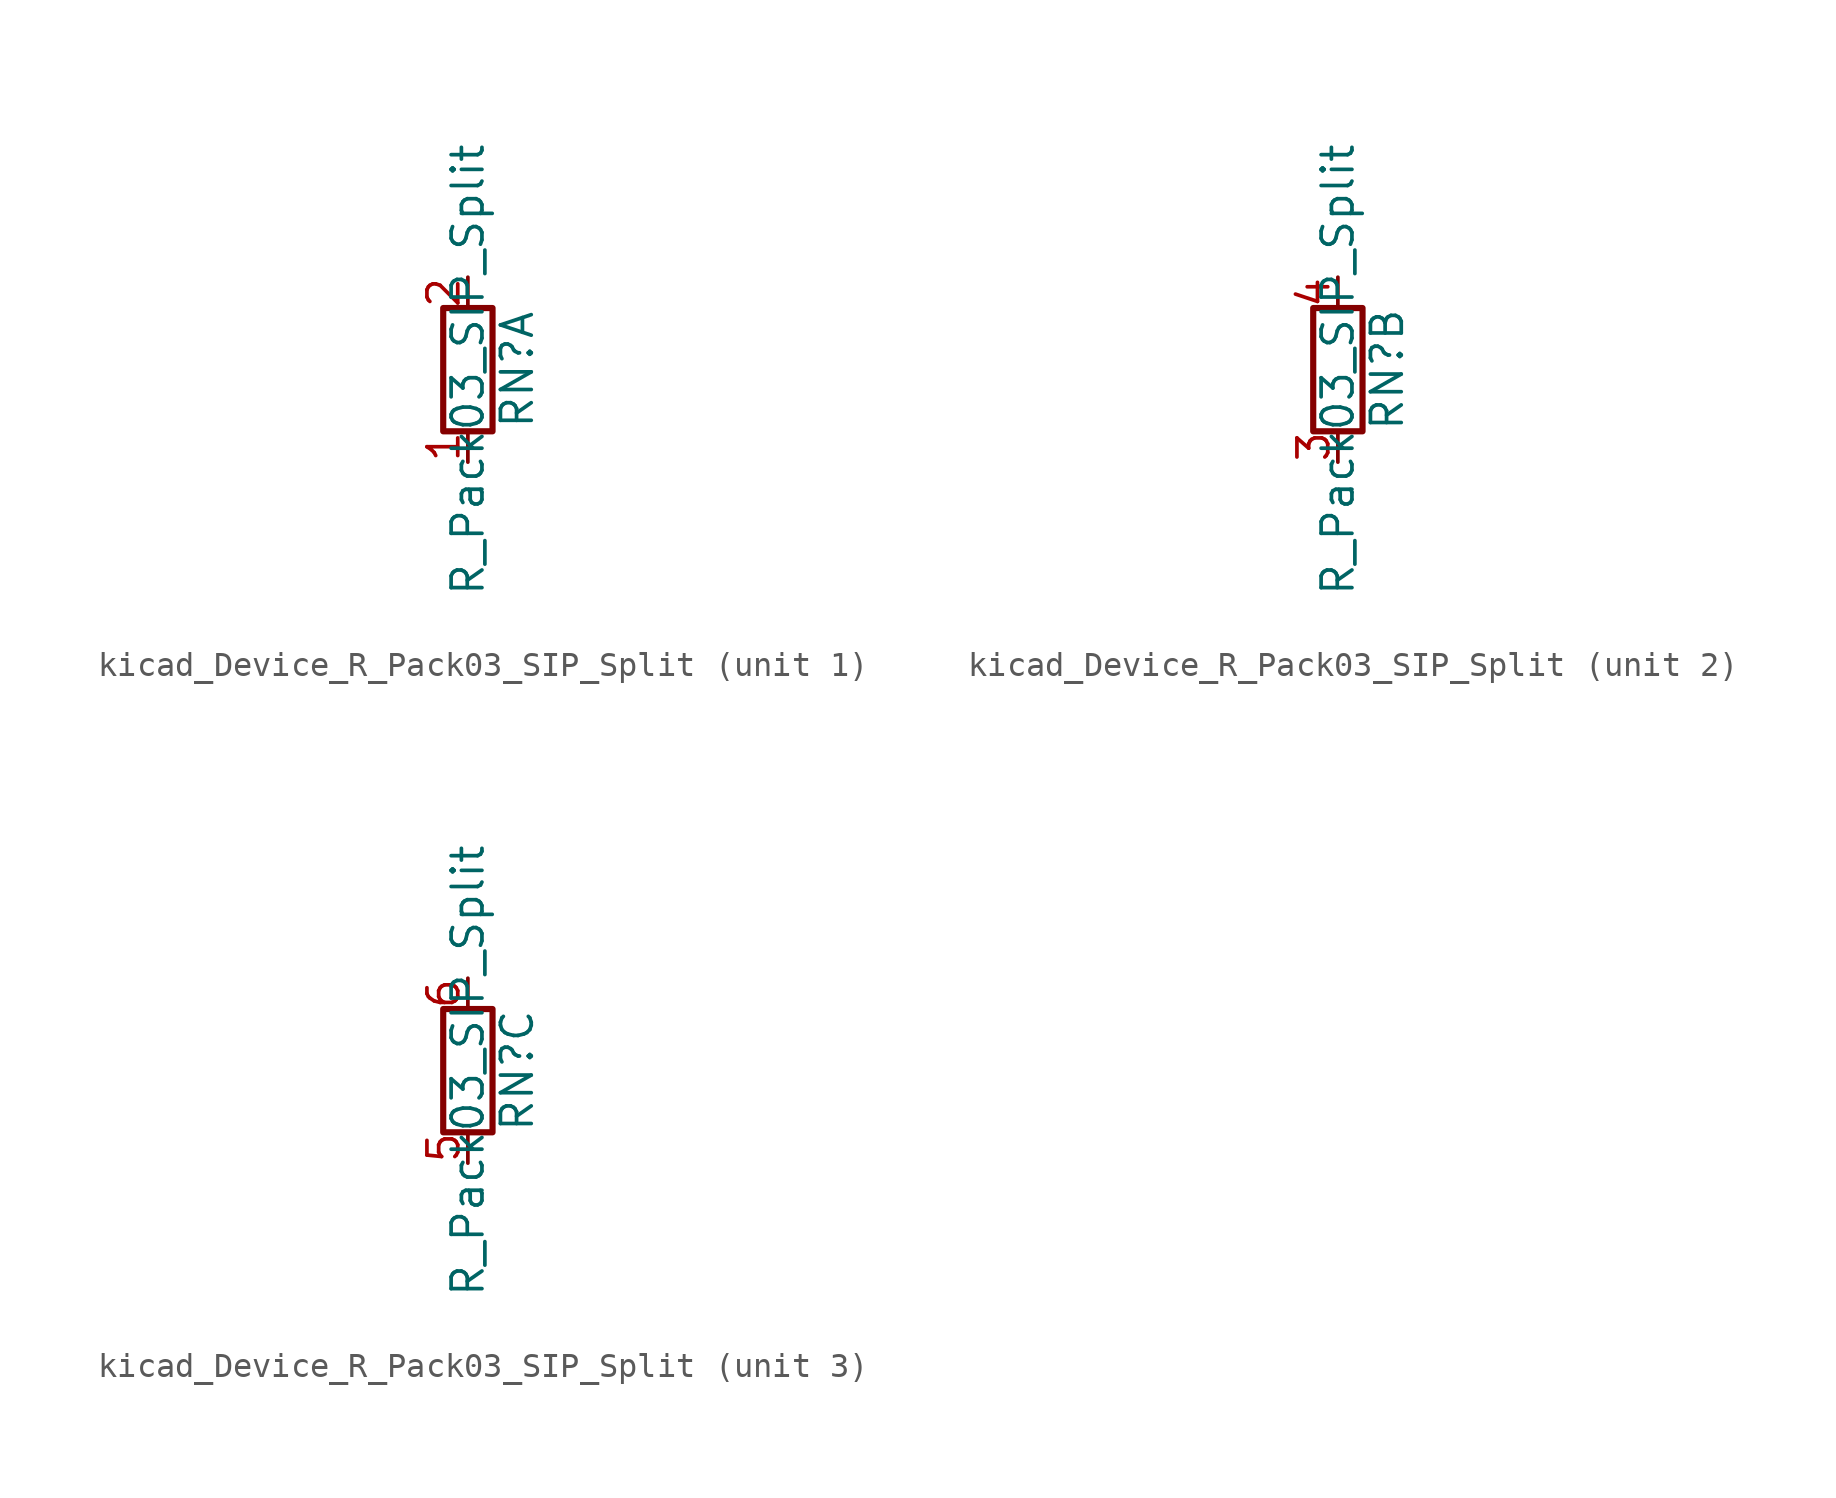
<source format=kicad_sym>
(kicad_symbol_lib
  (version 20220914)
  (generator kicad_symbol_editor)
  (symbol "kicad_Device_R_Pack03_SIP_Split"
    (pin_names
      (offset 0) hide)
    (property "Reference" "RN"
      (at 2.032 0 90)
      (effects (font (size 1.27 1.27))))
    (property "Value" "R_Pack03_SIP_Split"
      (at 0 0 90)
      (effects (font (size 1.27 1.27))))
    (symbol "kicad_Device_R_Pack03_SIP_Split_0_1"
      (rectangle (start 1.016 2.54) (end -1.016 -2.54) (stroke (width 0.254) (type default)) (fill (type none))))
    (symbol "kicad_Device_R_Pack03_SIP_Split_1_1"
      (pin passive line (at 0 -3.81 90) (length 1.27) (name "R1.1" (effects (font (size 1.27 1.27)))) (number "1" (effects (font (size 1.27 1.27)))))
      (pin passive line (at 0 3.81 270) (length 1.27) (name "R1.2" (effects (font (size 1.27 1.27)))) (number "2" (effects (font (size 1.27 1.27))))))
    (symbol "kicad_Device_R_Pack03_SIP_Split_2_1"
      (pin passive line (at 0 -3.81 90) (length 1.27) (name "R2.1" (effects (font (size 1.27 1.27)))) (number "3" (effects (font (size 1.27 1.27)))))
      (pin passive line (at 0 3.81 270) (length 1.27) (name "R2.2" (effects (font (size 1.27 1.27)))) (number "4" (effects (font (size 1.27 1.27))))))
    (symbol "kicad_Device_R_Pack03_SIP_Split_3_1"
      (pin passive line (at 0 -3.81 90) (length 1.27) (name "R3.1" (effects (font (size 1.27 1.27)))) (number "5" (effects (font (size 1.27 1.27)))))
      (pin passive line (at 0 3.81 270) (length 1.27) (name "R3.2" (effects (font (size 1.27 1.27)))) (number "6" (effects (font (size 1.27 1.27))))))))
</source>
